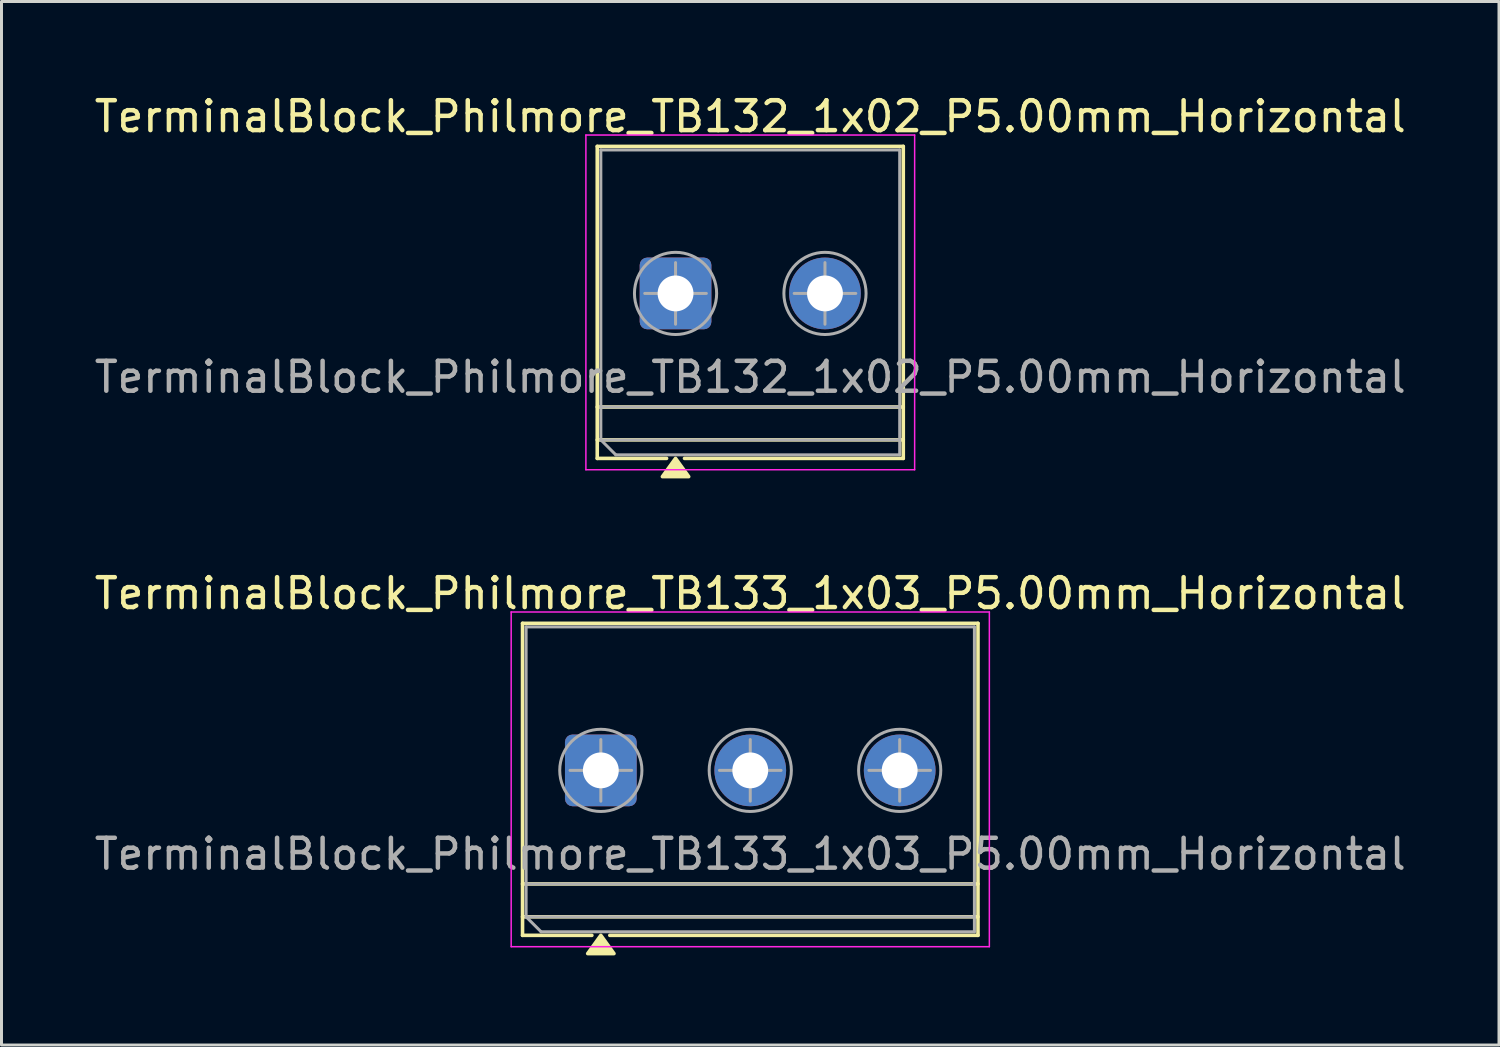
<source format=kicad_pcb>
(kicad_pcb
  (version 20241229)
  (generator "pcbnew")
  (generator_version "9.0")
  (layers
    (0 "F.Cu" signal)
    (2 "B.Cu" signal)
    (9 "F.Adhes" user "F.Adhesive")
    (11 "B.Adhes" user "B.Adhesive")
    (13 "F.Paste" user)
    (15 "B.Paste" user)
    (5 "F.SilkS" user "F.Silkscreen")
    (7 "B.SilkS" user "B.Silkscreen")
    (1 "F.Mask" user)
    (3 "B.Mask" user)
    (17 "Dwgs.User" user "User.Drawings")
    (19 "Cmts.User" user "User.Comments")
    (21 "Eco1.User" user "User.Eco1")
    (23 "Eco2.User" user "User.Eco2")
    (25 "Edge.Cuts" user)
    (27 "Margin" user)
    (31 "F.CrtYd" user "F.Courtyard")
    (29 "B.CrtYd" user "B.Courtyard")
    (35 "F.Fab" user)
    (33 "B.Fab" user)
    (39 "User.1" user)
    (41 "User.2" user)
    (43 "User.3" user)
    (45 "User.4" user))
  (footprint "TerminalBlock_Philmore_TB132_1x02_P5.00mm_Horizontal"
    (layer "F.Cu")
    (at 19.554 6.768)
    (property "Reference" "TerminalBlock_Philmore_TB132_1x02_P5.00mm_Horizontal" (at 2.5 -5.92 0) (layer "F.SilkS") (effects (font (size 1 1) (thickness 0.15))))
    (attr through_hole)
    (fp_line (start -2.62 -4.92) (end 7.62 -4.92) (stroke (width 0.12) (type solid)) (layer "F.SilkS"))
    (fp_line (start -2.62 3.8) (end 7.62 3.8) (stroke (width 0.12) (type solid)) (layer "F.SilkS"))
    (fp_line (start -2.62 4.9) (end 7.62 4.9) (stroke (width 0.12) (type solid)) (layer "F.SilkS"))
    (fp_line (start -2.62 5.52) (end -2.62 -4.92) (stroke (width 0.12) (type solid)) (layer "F.SilkS"))
    (fp_line (start -0.3 5.52) (end -2.62 5.52) (stroke (width 0.12) (type solid)) (layer "F.SilkS"))
    (fp_line (start 7.62 -4.92) (end 7.62 5.52) (stroke (width 0.12) (type solid)) (layer "F.SilkS"))
    (fp_line (start 7.62 5.52) (end 0.3 5.52) (stroke (width 0.12) (type solid)) (layer "F.SilkS"))
    (fp_poly (pts (xy 0 5.52) (xy 0.44 6.13) (xy -0.44 6.13)) (stroke (width 0.12) (type solid)) (fill yes) (layer "F.SilkS"))
    (fp_line (start -3 -5.3) (end -3 5.9) (stroke (width 0.05) (type solid)) (layer "F.CrtYd"))
    (fp_line (start -3 5.9) (end 8 5.9) (stroke (width 0.05) (type solid)) (layer "F.CrtYd"))
    (fp_line (start 8 -5.3) (end -3 -5.3) (stroke (width 0.05) (type solid)) (layer "F.CrtYd"))
    (fp_line (start 8 5.9) (end 8 -5.3) (stroke (width 0.05) (type solid)) (layer "F.CrtYd"))
    (fp_line (start -2.5 -4.8) (end 7.5 -4.8) (stroke (width 0.1) (type solid)) (layer "F.Fab"))
    (fp_line (start -2.5 3.8) (end 7.5 3.8) (stroke (width 0.1) (type solid)) (layer "F.Fab"))
    (fp_line (start -2.5 4.9) (end -2.5 -4.8) (stroke (width 0.1) (type solid)) (layer "F.Fab"))
    (fp_line (start -2.5 4.9) (end 7.5 4.9) (stroke (width 0.1) (type solid)) (layer "F.Fab"))
    (fp_line (start -2 5.4) (end -2.5 4.9) (stroke (width 0.1) (type solid)) (layer "F.Fab"))
    (fp_line (start -1.031 0) (end 1.031 0) (stroke (width 0.1) (type solid)) (layer "F.Fab"))
    (fp_line (start 0 -1.031) (end 0 1.031) (stroke (width 0.1) (type solid)) (layer "F.Fab"))
    (fp_line (start 3.969 0) (end 6.031 0) (stroke (width 0.1) (type solid)) (layer "F.Fab"))
    (fp_line (start 5 -1.031) (end 5 1.031) (stroke (width 0.1) (type solid)) (layer "F.Fab"))
    (fp_line (start 7.5 -4.8) (end 7.5 5.4) (stroke (width 0.1) (type solid)) (layer "F.Fab"))
    (fp_line (start 7.5 5.4) (end -2 5.4) (stroke (width 0.1) (type solid)) (layer "F.Fab"))
    (fp_circle (center 0 0) (end 1.375 0) (stroke (width 0.1) (type solid)) (fill no) (layer "F.Fab"))
    (fp_circle (center 5 0) (end 6.375 0) (stroke (width 0.1) (type solid)) (fill no) (layer "F.Fab"))
    (fp_text user "${REFERENCE}" (at 2.5 2.8 0) (layer "F.Fab") (effects (font (size 1 1) (thickness 0.15))))
    (pad "1" thru_hole roundrect (at 0 0) (size 2.4 2.4) (drill 1.2) (layers "*.Cu" "*.Mask") (roundrect_rratio 0.104))
    (pad "2" thru_hole circle (at 5 0) (size 2.4 2.4) (drill 1.2) (layers "*.Cu" "*.Mask")))
  (footprint "TerminalBlock_Philmore_TB133_1x03_P5.00mm_Horizontal"
    (layer "F.Cu")
    (at 17.054 22.727)
    (property "Reference" "TerminalBlock_Philmore_TB133_1x03_P5.00mm_Horizontal" (at 5 -5.92 0) (layer "F.SilkS") (effects (font (size 1 1) (thickness 0.15))))
    (attr through_hole)
    (fp_line (start -2.62 -4.92) (end 12.62 -4.92) (stroke (width 0.12) (type solid)) (layer "F.SilkS"))
    (fp_line (start -2.62 3.8) (end 12.62 3.8) (stroke (width 0.12) (type solid)) (layer "F.SilkS"))
    (fp_line (start -2.62 4.9) (end 12.62 4.9) (stroke (width 0.12) (type solid)) (layer "F.SilkS"))
    (fp_line (start -2.62 5.52) (end -2.62 -4.92) (stroke (width 0.12) (type solid)) (layer "F.SilkS"))
    (fp_line (start -0.3 5.52) (end -2.62 5.52) (stroke (width 0.12) (type solid)) (layer "F.SilkS"))
    (fp_line (start 12.62 -4.92) (end 12.62 5.52) (stroke (width 0.12) (type solid)) (layer "F.SilkS"))
    (fp_line (start 12.62 5.52) (end 0.3 5.52) (stroke (width 0.12) (type solid)) (layer "F.SilkS"))
    (fp_poly (pts (xy 0 5.52) (xy 0.44 6.13) (xy -0.44 6.13)) (stroke (width 0.12) (type solid)) (fill yes) (layer "F.SilkS"))
    (fp_line (start -3 -5.3) (end -3 5.9) (stroke (width 0.05) (type solid)) (layer "F.CrtYd"))
    (fp_line (start -3 5.9) (end 13 5.9) (stroke (width 0.05) (type solid)) (layer "F.CrtYd"))
    (fp_line (start 13 -5.3) (end -3 -5.3) (stroke (width 0.05) (type solid)) (layer "F.CrtYd"))
    (fp_line (start 13 5.9) (end 13 -5.3) (stroke (width 0.05) (type solid)) (layer "F.CrtYd"))
    (fp_line (start -2.5 -4.8) (end 12.5 -4.8) (stroke (width 0.1) (type solid)) (layer "F.Fab"))
    (fp_line (start -2.5 3.8) (end 12.5 3.8) (stroke (width 0.1) (type solid)) (layer "F.Fab"))
    (fp_line (start -2.5 4.9) (end -2.5 -4.8) (stroke (width 0.1) (type solid)) (layer "F.Fab"))
    (fp_line (start -2.5 4.9) (end 12.5 4.9) (stroke (width 0.1) (type solid)) (layer "F.Fab"))
    (fp_line (start -2 5.4) (end -2.5 4.9) (stroke (width 0.1) (type solid)) (layer "F.Fab"))
    (fp_line (start -1.031 0) (end 1.031 0) (stroke (width 0.1) (type solid)) (layer "F.Fab"))
    (fp_line (start 0 -1.031) (end 0 1.031) (stroke (width 0.1) (type solid)) (layer "F.Fab"))
    (fp_line (start 3.969 0) (end 6.031 0) (stroke (width 0.1) (type solid)) (layer "F.Fab"))
    (fp_line (start 5 -1.031) (end 5 1.031) (stroke (width 0.1) (type solid)) (layer "F.Fab"))
    (fp_line (start 8.969 0) (end 11.031 0) (stroke (width 0.1) (type solid)) (layer "F.Fab"))
    (fp_line (start 10 -1.031) (end 10 1.031) (stroke (width 0.1) (type solid)) (layer "F.Fab"))
    (fp_line (start 12.5 -4.8) (end 12.5 5.4) (stroke (width 0.1) (type solid)) (layer "F.Fab"))
    (fp_line (start 12.5 5.4) (end -2 5.4) (stroke (width 0.1) (type solid)) (layer "F.Fab"))
    (fp_circle (center 0 0) (end 1.375 0) (stroke (width 0.1) (type solid)) (fill no) (layer "F.Fab"))
    (fp_circle (center 5 0) (end 6.375 0) (stroke (width 0.1) (type solid)) (fill no) (layer "F.Fab"))
    (fp_circle (center 10 0) (end 11.375 0) (stroke (width 0.1) (type solid)) (fill no) (layer "F.Fab"))
    (fp_text user "${REFERENCE}" (at 5 2.8 0) (layer "F.Fab") (effects (font (size 1 1) (thickness 0.15))))
    (pad "1" thru_hole roundrect (at 0 0) (size 2.4 2.4) (drill 1.2) (layers "*.Cu" "*.Mask") (roundrect_rratio 0.104))
    (pad "2" thru_hole circle (at 5 0) (size 2.4 2.4) (drill 1.2) (layers "*.Cu" "*.Mask"))
    (pad "3" thru_hole circle (at 10 0) (size 2.4 2.4) (drill 1.2) (layers "*.Cu" "*.Mask")))
  (gr_rect
    (start -3 -3)
    (end 47.107 31.916)
    (stroke (width 0.1) (type default))
    (fill no)
    (layer "Edge.Cuts")))
</source>
